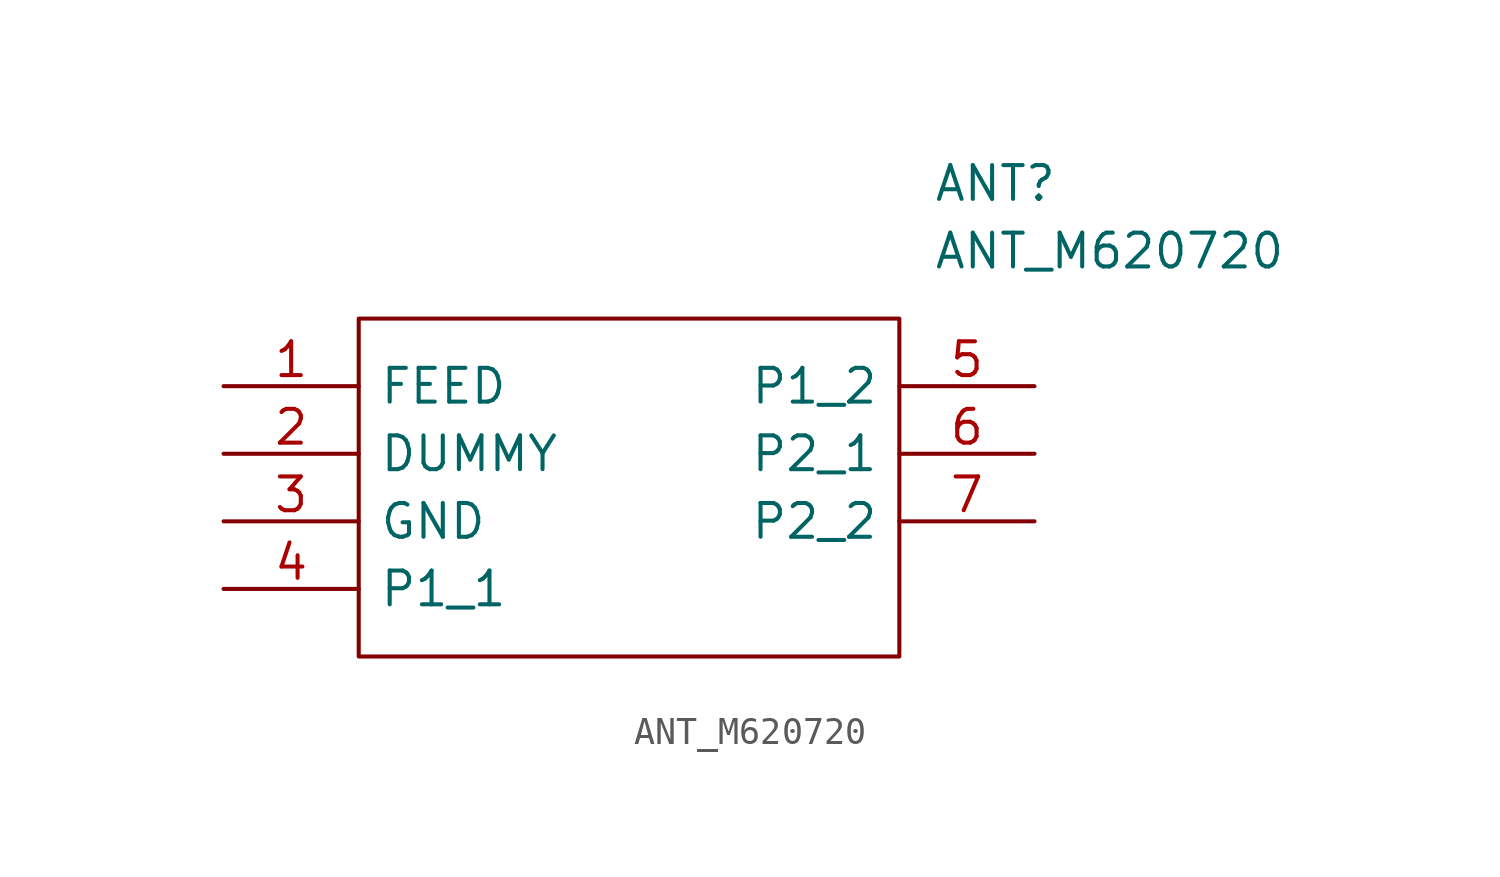
<source format=kicad_sym>
(kicad_symbol_lib
  (version 20211014)
  (generator kicad_symbol_editor)
  (symbol "ANT_M620720"
    (pin_names
      (offset 0.762))
    (property "Reference" "ANT"
      (at 26.67 7.62 0)
      (effects (font (size 1.27 1.27)) (justify left)))
    (property "Value" "ANT_M620720"
      (at 26.67 5.08 0)
      (effects (font (size 1.27 1.27)) (justify left)))
    (symbol "ANT_M620720_0_0"
      (pin passive line (at 0 0 0) (length 5.08) (name "FEED" (effects (font (size 1.27 1.27)))) (number "1" (effects (font (size 1.27 1.27)))))
      (pin passive line (at 0 -2.54 0) (length 5.08) (name "DUMMY" (effects (font (size 1.27 1.27)))) (number "2" (effects (font (size 1.27 1.27)))))
      (pin passive line (at 0 -5.08 0) (length 5.08) (name "GND" (effects (font (size 1.27 1.27)))) (number "3" (effects (font (size 1.27 1.27)))))
      (pin passive line (at 0 -7.62 0) (length 5.08) (name "P1_1" (effects (font (size 1.27 1.27)))) (number "4" (effects (font (size 1.27 1.27)))))
      (pin passive line (at 30.48 0 180) (length 5.08) (name "P1_2" (effects (font (size 1.27 1.27)))) (number "5" (effects (font (size 1.27 1.27)))))
      (pin passive line (at 30.48 -2.54 180) (length 5.08) (name "P2_1" (effects (font (size 1.27 1.27)))) (number "6" (effects (font (size 1.27 1.27)))))
      (pin passive line (at 30.48 -5.08 180) (length 5.08) (name "P2_2" (effects (font (size 1.27 1.27)))) (number "7" (effects (font (size 1.27 1.27))))))
    (symbol "ANT_M620720_0_1"
      (polyline (pts (xy 5.08 2.54) (xy 25.4 2.54) (xy 25.4 -10.16) (xy 5.08 -10.16) (xy 5.08 2.54)) (stroke (width 0.152) (type default) (color 0 0 0 0)) (fill (type none))))))
</source>
